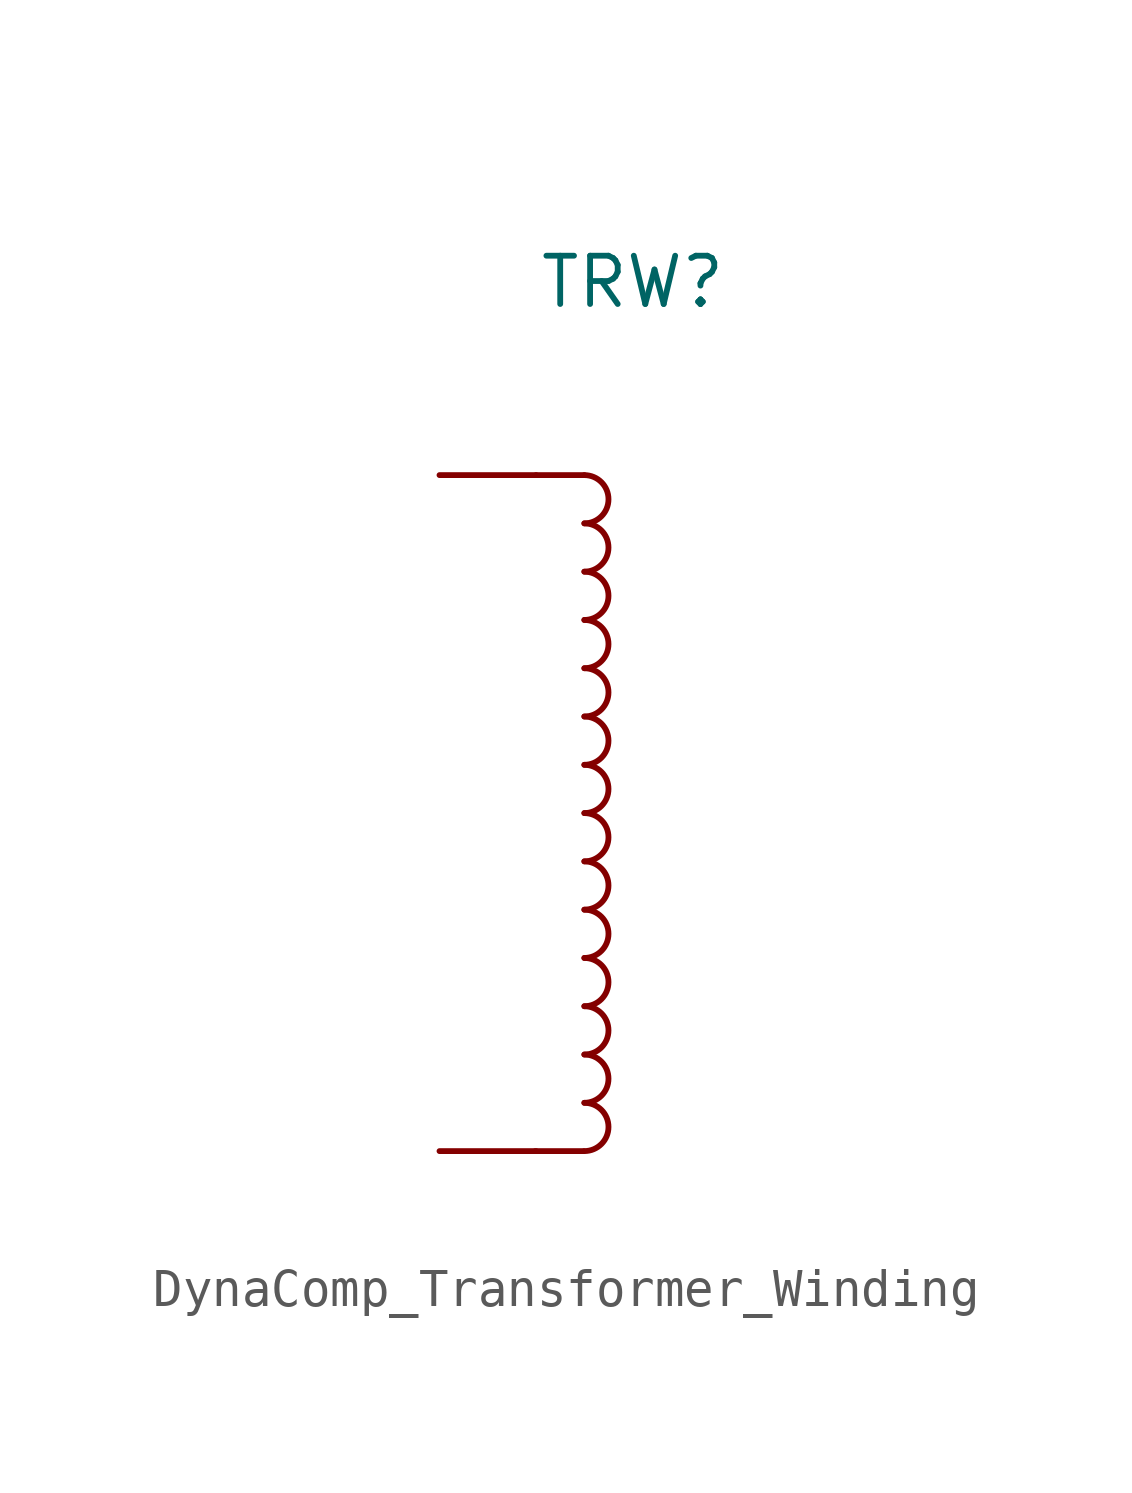
<source format=kicad_sym>
(kicad_symbol_lib
  (version 20241209)
  (generator "kicad_symbol_editor")
  (generator_version "9.0")
  (symbol "DynaComp_Transformer_Winding"
    (pin_numbers
      (hide yes))
    (property "Reference" "TRW"
      (at 0 12.7 0)
      (effects (font (size 1.27 1.27))))
    (symbol "DynaComp_Transformer_Winding_0_1"
      (polyline (pts (xy -2.56 -10.16) (xy -1.29 -10.16)) (stroke (width 0) (type default)) (fill (type none)))
      (polyline (pts (xy -2.54 7.62) (xy -1.27 7.62)) (stroke (width 0) (type default)) (fill (type none)))
      (arc (start -1.27 5.08) (mid -0.6377 4.445) (end -1.27 3.81) (stroke (width 0) (type default)) (fill (type none)))
      (arc (start -1.27 3.81) (mid -0.6377 3.175) (end -1.27 2.54) (stroke (width 0) (type default)) (fill (type none)))
      (arc (start -1.27 -5.08) (mid -0.6337 -5.7189) (end -1.27 -6.35) (stroke (width 0) (type default)) (fill (type none)))
      (arc (start -1.27 -6.35) (mid -0.6337 -6.9889) (end -1.27 -7.62) (stroke (width 0) (type default)) (fill (type none)))
      (arc (start -1.27 -7.62) (mid -0.6337 -8.2589) (end -1.27 -8.89) (stroke (width 0) (type default)) (fill (type none)))
      (arc (start -1.27 -8.89) (mid -0.6337 -9.5289) (end -1.27 -10.16) (stroke (width 0) (type default)) (fill (type none)))
      (arc (start -1.27 0) (mid -0.6299 -0.6242) (end -1.27 -1.27) (stroke (width 0) (type default)) (fill (type none)))
      (arc (start -1.27 -1.27) (mid -0.6299 -1.8942) (end -1.27 -2.54) (stroke (width 0) (type default)) (fill (type none)))
      (arc (start -1.27 -2.54) (mid -0.6299 -3.1642) (end -1.27 -3.81) (stroke (width 0) (type default)) (fill (type none)))
      (arc (start -1.27 -3.81) (mid -0.6299 -4.4342) (end -1.27 -5.08) (stroke (width 0) (type default)) (fill (type none))))
    (symbol "DynaComp_Transformer_Winding_1_1"
      (arc (start -1.27 7.62) (mid -0.6377 6.985) (end -1.27 6.35) (stroke (width 0) (type default)) (fill (type none)))
      (arc (start -1.27 6.35) (mid -0.6377 5.715) (end -1.27 5.08) (stroke (width 0) (type default)) (fill (type none)))
      (arc (start -1.27 2.54) (mid -0.6299 1.9158) (end -1.27 1.27) (stroke (width 0) (type default)) (fill (type none)))
      (arc (start -1.27 1.27) (mid -0.6299 0.6458) (end -1.27 0) (stroke (width 0) (type default)) (fill (type none)))
      (pin passive line (at -5.08 7.62 0) (length 2.54) (name "" (effects (font (size 1.27 1.27)))) (number "2" (effects (font (size 1.27 1.27)))))
      (pin passive line (at -5.08 -10.16 0) (length 2.54) (name "" (effects (font (size 1.27 1.27)))) (number "1" (effects (font (size 1.27 1.27))))))))
</source>
